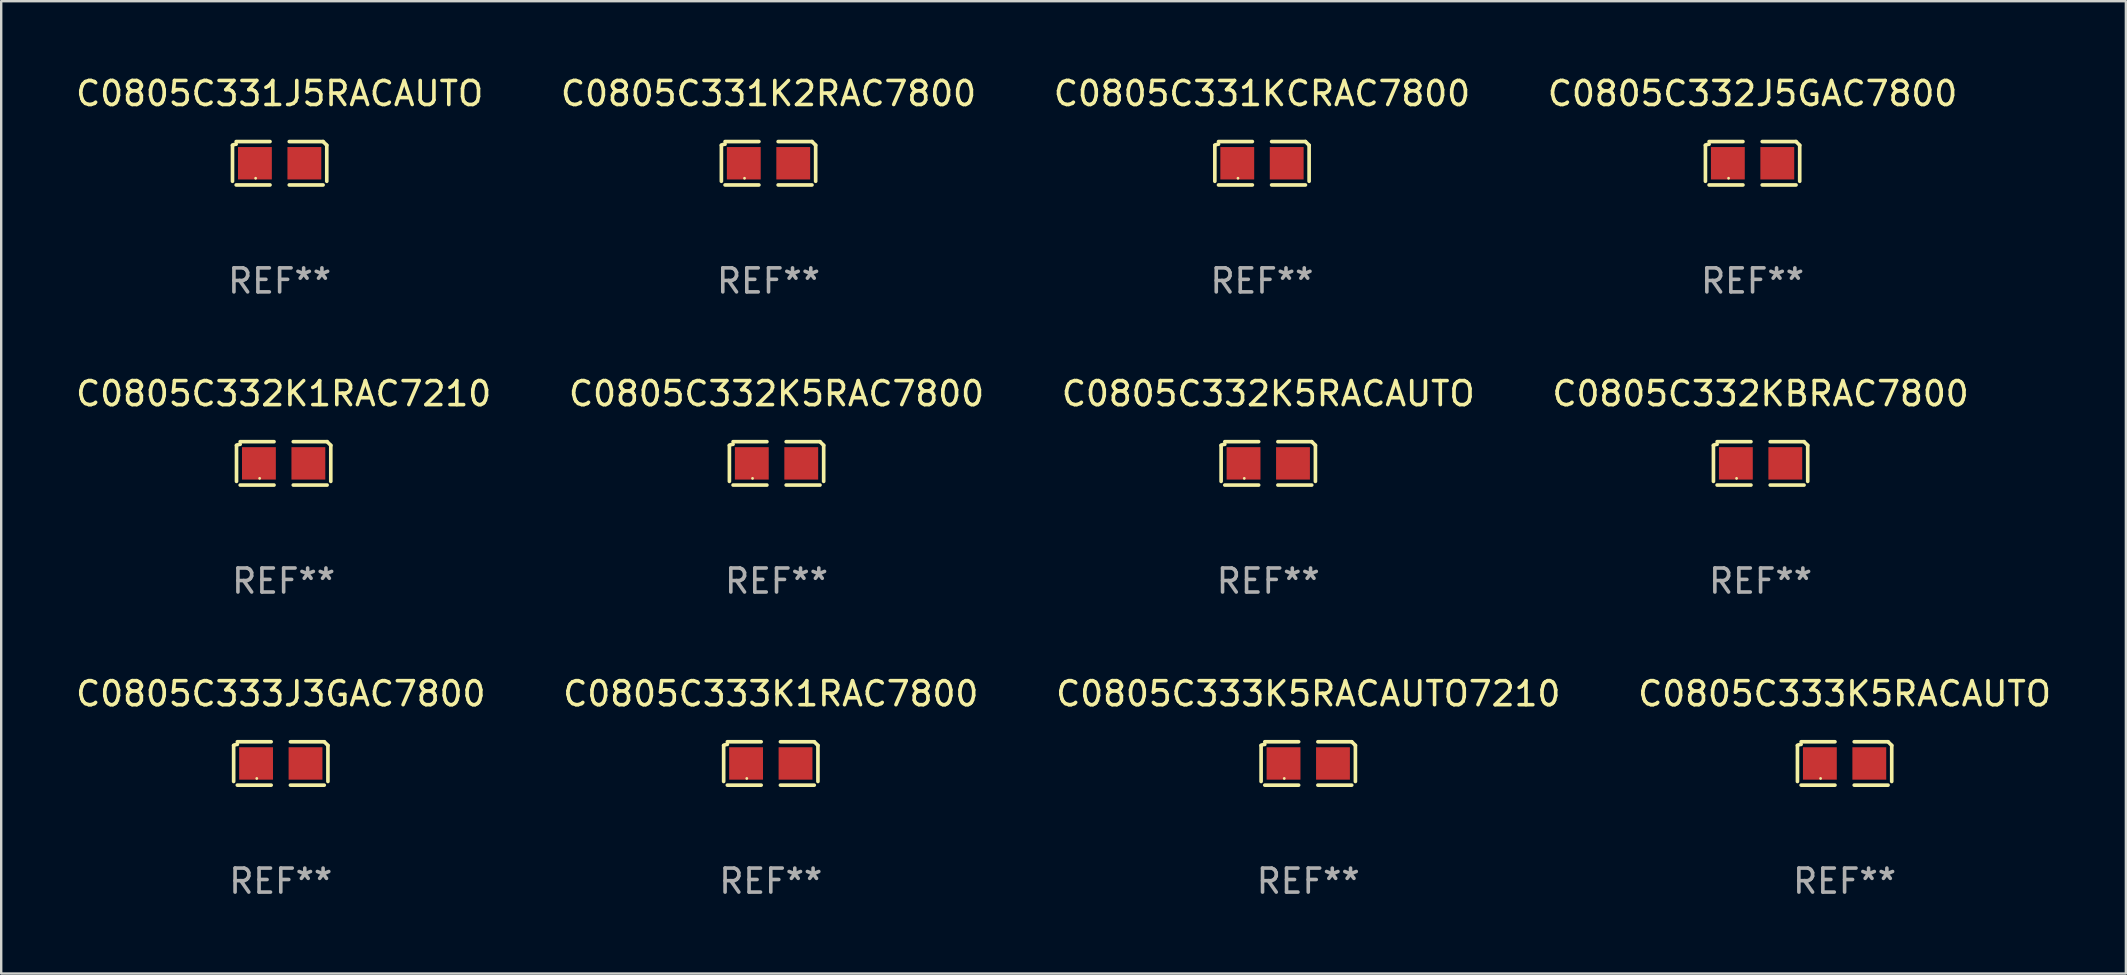
<source format=kicad_pcb>
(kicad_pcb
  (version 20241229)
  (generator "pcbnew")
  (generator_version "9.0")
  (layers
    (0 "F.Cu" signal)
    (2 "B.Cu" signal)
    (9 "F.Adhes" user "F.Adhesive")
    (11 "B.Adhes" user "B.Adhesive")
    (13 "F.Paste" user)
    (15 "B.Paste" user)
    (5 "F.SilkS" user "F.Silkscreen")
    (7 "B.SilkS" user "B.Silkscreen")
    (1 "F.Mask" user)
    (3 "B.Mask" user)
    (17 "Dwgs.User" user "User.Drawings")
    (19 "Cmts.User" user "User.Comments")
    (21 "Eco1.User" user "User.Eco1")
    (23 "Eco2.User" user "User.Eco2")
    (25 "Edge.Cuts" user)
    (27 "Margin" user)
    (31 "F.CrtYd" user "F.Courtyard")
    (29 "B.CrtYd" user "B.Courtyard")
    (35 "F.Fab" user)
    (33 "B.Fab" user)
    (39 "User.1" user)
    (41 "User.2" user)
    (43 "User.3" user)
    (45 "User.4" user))
  (footprint "C0805C331J5RACAUTO"
    (layer "F.Cu")
    (at 8.601 3.752)
    (property "Reference" "C0805C331J5RACAUTO" (at 0 -2.904 0) (layer "F.SilkS") (effects (font (size 1 1) (thickness 0.15))))
    (attr through_hole)
    (fp_line (start -1.964 0.751) (end -1.964 -0.751) (stroke (width 0.152) (type solid)) (layer "F.SilkS"))
    (fp_line (start -1.811 -0.904) (end -0.401 -0.904) (stroke (width 0.152) (type solid)) (layer "F.SilkS"))
    (fp_line (start -0.401 0.904) (end -1.811 0.904) (stroke (width 0.152) (type solid)) (layer "F.SilkS"))
    (fp_line (start 0.401 0.904) (end 1.811 0.904) (stroke (width 0.152) (type solid)) (layer "F.SilkS"))
    (fp_line (start 1.811 -0.904) (end 0.401 -0.904) (stroke (width 0.152) (type solid)) (layer "F.SilkS"))
    (fp_line (start 1.964 0.751) (end 1.964 -0.751) (stroke (width 0.152) (type solid)) (layer "F.SilkS"))
    (fp_arc (start -1.963602 -0.751207) (mid -1.890354 -0.783131) (end -1.811201 -0.794044) (stroke (width 0.1524) (type solid)) (layer "F.SilkS"))
    (fp_arc (start 1.811202 -0.903607) (mid 1.887413 -0.827418) (end 1.963602 -0.751207) (stroke (width 0.1524) (type solid)) (layer "F.SilkS"))
    (fp_circle (center -1 0.625) (end -0.97 0.625) (stroke (width 0.06) (type solid)) (fill no) (layer "F.SilkS"))
    (fp_text user "REF**" (at 0 4.904 0) (layer "F.Fab") (effects (font (size 1 1) (thickness 0.15))))
    (pad "1" smd rect (at -1.03 0) (size 1.41 1.35) (layers "F.Cu" "F.Mask" "F.Paste"))
    (pad "2" smd rect (at 1.03 0) (size 1.41 1.35) (layers "F.Cu" "F.Mask" "F.Paste")))
  (footprint "C0805C331KCRAC7800"
    (layer "F.Cu")
    (at 49.53 3.752)
    (property "Reference" "C0805C331KCRAC7800" (at 0 -2.904 0) (layer "F.SilkS") (effects (font (size 1 1) (thickness 0.15))))
    (attr through_hole)
    (fp_line (start -1.964 0.751) (end -1.964 -0.751) (stroke (width 0.152) (type solid)) (layer "F.SilkS"))
    (fp_line (start -1.811 -0.904) (end -0.401 -0.904) (stroke (width 0.152) (type solid)) (layer "F.SilkS"))
    (fp_line (start -0.401 0.904) (end -1.811 0.904) (stroke (width 0.152) (type solid)) (layer "F.SilkS"))
    (fp_line (start 0.401 0.904) (end 1.811 0.904) (stroke (width 0.152) (type solid)) (layer "F.SilkS"))
    (fp_line (start 1.811 -0.904) (end 0.401 -0.904) (stroke (width 0.152) (type solid)) (layer "F.SilkS"))
    (fp_line (start 1.964 0.751) (end 1.964 -0.751) (stroke (width 0.152) (type solid)) (layer "F.SilkS"))
    (fp_arc (start -1.963602 -0.751207) (mid -1.890354 -0.783131) (end -1.811201 -0.794044) (stroke (width 0.1524) (type solid)) (layer "F.SilkS"))
    (fp_arc (start 1.811202 -0.903607) (mid 1.887413 -0.827418) (end 1.963602 -0.751207) (stroke (width 0.1524) (type solid)) (layer "F.SilkS"))
    (fp_circle (center -1 0.625) (end -0.97 0.625) (stroke (width 0.06) (type solid)) (fill no) (layer "F.SilkS"))
    (fp_text user "REF**" (at 0 4.904 0) (layer "F.Fab") (effects (font (size 1 1) (thickness 0.15))))
    (pad "1" smd rect (at -1.03 0) (size 1.41 1.35) (layers "F.Cu" "F.Mask" "F.Paste"))
    (pad "2" smd rect (at 1.03 0) (size 1.41 1.35) (layers "F.Cu" "F.Mask" "F.Paste")))
  (footprint "C0805C333K5RACAUTO7210"
    (layer "F.Cu")
    (at 51.458 28.759)
    (property "Reference" "C0805C333K5RACAUTO7210" (at 0 -2.904 0) (layer "F.SilkS") (effects (font (size 1 1) (thickness 0.15))))
    (attr through_hole)
    (fp_line (start -1.964 0.751) (end -1.964 -0.751) (stroke (width 0.152) (type solid)) (layer "F.SilkS"))
    (fp_line (start -1.811 -0.904) (end -0.401 -0.904) (stroke (width 0.152) (type solid)) (layer "F.SilkS"))
    (fp_line (start -0.401 0.904) (end -1.811 0.904) (stroke (width 0.152) (type solid)) (layer "F.SilkS"))
    (fp_line (start 0.401 0.904) (end 1.811 0.904) (stroke (width 0.152) (type solid)) (layer "F.SilkS"))
    (fp_line (start 1.811 -0.904) (end 0.401 -0.904) (stroke (width 0.152) (type solid)) (layer "F.SilkS"))
    (fp_line (start 1.964 0.751) (end 1.964 -0.751) (stroke (width 0.152) (type solid)) (layer "F.SilkS"))
    (fp_arc (start -1.963602 -0.751207) (mid -1.890354 -0.783131) (end -1.811201 -0.794044) (stroke (width 0.1524) (type solid)) (layer "F.SilkS"))
    (fp_arc (start 1.811202 -0.903607) (mid 1.887413 -0.827418) (end 1.963602 -0.751207) (stroke (width 0.1524) (type solid)) (layer "F.SilkS"))
    (fp_circle (center -1 0.625) (end -0.97 0.625) (stroke (width 0.06) (type solid)) (fill no) (layer "F.SilkS"))
    (fp_text user "REF**" (at 0 4.904 0) (layer "F.Fab") (effects (font (size 1 1) (thickness 0.15))))
    (pad "1" smd rect (at -1.03 0) (size 1.41 1.35) (layers "F.Cu" "F.Mask" "F.Paste"))
    (pad "2" smd rect (at 1.03 0) (size 1.41 1.35) (layers "F.Cu" "F.Mask" "F.Paste")))
  (footprint "C0805C333K1RAC7800"
    (layer "F.Cu")
    (at 29.065 28.759)
    (property "Reference" "C0805C333K1RAC7800" (at 0 -2.904 0) (layer "F.SilkS") (effects (font (size 1 1) (thickness 0.15))))
    (attr through_hole)
    (fp_line (start -1.964 0.751) (end -1.964 -0.751) (stroke (width 0.152) (type solid)) (layer "F.SilkS"))
    (fp_line (start -1.811 -0.904) (end -0.401 -0.904) (stroke (width 0.152) (type solid)) (layer "F.SilkS"))
    (fp_line (start -0.401 0.904) (end -1.811 0.904) (stroke (width 0.152) (type solid)) (layer "F.SilkS"))
    (fp_line (start 0.401 0.904) (end 1.811 0.904) (stroke (width 0.152) (type solid)) (layer "F.SilkS"))
    (fp_line (start 1.811 -0.904) (end 0.401 -0.904) (stroke (width 0.152) (type solid)) (layer "F.SilkS"))
    (fp_line (start 1.964 0.751) (end 1.964 -0.751) (stroke (width 0.152) (type solid)) (layer "F.SilkS"))
    (fp_arc (start -1.963602 -0.751207) (mid -1.890354 -0.783131) (end -1.811201 -0.794044) (stroke (width 0.1524) (type solid)) (layer "F.SilkS"))
    (fp_arc (start 1.811202 -0.903607) (mid 1.887413 -0.827418) (end 1.963602 -0.751207) (stroke (width 0.1524) (type solid)) (layer "F.SilkS"))
    (fp_circle (center -1 0.625) (end -0.97 0.625) (stroke (width 0.06) (type solid)) (fill no) (layer "F.SilkS"))
    (fp_text user "REF**" (at 0 4.904 0) (layer "F.Fab") (effects (font (size 1 1) (thickness 0.15))))
    (pad "1" smd rect (at -1.03 0) (size 1.41 1.35) (layers "F.Cu" "F.Mask" "F.Paste"))
    (pad "2" smd rect (at 1.03 0) (size 1.41 1.35) (layers "F.Cu" "F.Mask" "F.Paste")))
  (footprint "C0805C333J3GAC7800"
    (layer "F.Cu")
    (at 8.649 28.759)
    (property "Reference" "C0805C333J3GAC7800" (at 0 -2.904 0) (layer "F.SilkS") (effects (font (size 1 1) (thickness 0.15))))
    (attr through_hole)
    (fp_line (start -1.964 0.751) (end -1.964 -0.751) (stroke (width 0.152) (type solid)) (layer "F.SilkS"))
    (fp_line (start -1.811 -0.904) (end -0.401 -0.904) (stroke (width 0.152) (type solid)) (layer "F.SilkS"))
    (fp_line (start -0.401 0.904) (end -1.811 0.904) (stroke (width 0.152) (type solid)) (layer "F.SilkS"))
    (fp_line (start 0.401 0.904) (end 1.811 0.904) (stroke (width 0.152) (type solid)) (layer "F.SilkS"))
    (fp_line (start 1.811 -0.904) (end 0.401 -0.904) (stroke (width 0.152) (type solid)) (layer "F.SilkS"))
    (fp_line (start 1.964 0.751) (end 1.964 -0.751) (stroke (width 0.152) (type solid)) (layer "F.SilkS"))
    (fp_arc (start -1.963602 -0.751207) (mid -1.890354 -0.783131) (end -1.811201 -0.794044) (stroke (width 0.1524) (type solid)) (layer "F.SilkS"))
    (fp_arc (start 1.811202 -0.903607) (mid 1.887413 -0.827418) (end 1.963602 -0.751207) (stroke (width 0.1524) (type solid)) (layer "F.SilkS"))
    (fp_circle (center -1 0.625) (end -0.97 0.625) (stroke (width 0.06) (type solid)) (fill no) (layer "F.SilkS"))
    (fp_text user "REF**" (at 0 4.904 0) (layer "F.Fab") (effects (font (size 1 1) (thickness 0.15))))
    (pad "1" smd rect (at -1.03 0) (size 1.41 1.35) (layers "F.Cu" "F.Mask" "F.Paste"))
    (pad "2" smd rect (at 1.03 0) (size 1.41 1.35) (layers "F.Cu" "F.Mask" "F.Paste")))
  (footprint "C0805C332KBRAC7800"
    (layer "F.Cu")
    (at 70.304 16.256)
    (property "Reference" "C0805C332KBRAC7800" (at 0 -2.904 0) (layer "F.SilkS") (effects (font (size 1 1) (thickness 0.15))))
    (attr through_hole)
    (fp_line (start -1.964 0.751) (end -1.964 -0.751) (stroke (width 0.152) (type solid)) (layer "F.SilkS"))
    (fp_line (start -1.811 -0.904) (end -0.401 -0.904) (stroke (width 0.152) (type solid)) (layer "F.SilkS"))
    (fp_line (start -0.401 0.904) (end -1.811 0.904) (stroke (width 0.152) (type solid)) (layer "F.SilkS"))
    (fp_line (start 0.401 0.904) (end 1.811 0.904) (stroke (width 0.152) (type solid)) (layer "F.SilkS"))
    (fp_line (start 1.811 -0.904) (end 0.401 -0.904) (stroke (width 0.152) (type solid)) (layer "F.SilkS"))
    (fp_line (start 1.964 0.751) (end 1.964 -0.751) (stroke (width 0.152) (type solid)) (layer "F.SilkS"))
    (fp_arc (start -1.963602 -0.751207) (mid -1.890354 -0.783131) (end -1.811201 -0.794044) (stroke (width 0.1524) (type solid)) (layer "F.SilkS"))
    (fp_arc (start 1.811202 -0.903607) (mid 1.887413 -0.827418) (end 1.963602 -0.751207) (stroke (width 0.1524) (type solid)) (layer "F.SilkS"))
    (fp_circle (center -1 0.625) (end -0.97 0.625) (stroke (width 0.06) (type solid)) (fill no) (layer "F.SilkS"))
    (fp_text user "REF**" (at 0 4.904 0) (layer "F.Fab") (effects (font (size 1 1) (thickness 0.15))))
    (pad "1" smd rect (at -1.03 0) (size 1.41 1.35) (layers "F.Cu" "F.Mask" "F.Paste"))
    (pad "2" smd rect (at 1.03 0) (size 1.41 1.35) (layers "F.Cu" "F.Mask" "F.Paste")))
  (footprint "C0805C331K2RAC7800"
    (layer "F.Cu")
    (at 28.97 3.752)
    (property "Reference" "C0805C331K2RAC7800" (at 0 -2.904 0) (layer "F.SilkS") (effects (font (size 1 1) (thickness 0.15))))
    (attr through_hole)
    (fp_line (start -1.964 0.751) (end -1.964 -0.751) (stroke (width 0.152) (type solid)) (layer "F.SilkS"))
    (fp_line (start -1.811 -0.904) (end -0.401 -0.904) (stroke (width 0.152) (type solid)) (layer "F.SilkS"))
    (fp_line (start -0.401 0.904) (end -1.811 0.904) (stroke (width 0.152) (type solid)) (layer "F.SilkS"))
    (fp_line (start 0.401 0.904) (end 1.811 0.904) (stroke (width 0.152) (type solid)) (layer "F.SilkS"))
    (fp_line (start 1.811 -0.904) (end 0.401 -0.904) (stroke (width 0.152) (type solid)) (layer "F.SilkS"))
    (fp_line (start 1.964 0.751) (end 1.964 -0.751) (stroke (width 0.152) (type solid)) (layer "F.SilkS"))
    (fp_arc (start -1.963602 -0.751207) (mid -1.890354 -0.783131) (end -1.811201 -0.794044) (stroke (width 0.1524) (type solid)) (layer "F.SilkS"))
    (fp_arc (start 1.811202 -0.903607) (mid 1.887413 -0.827418) (end 1.963602 -0.751207) (stroke (width 0.1524) (type solid)) (layer "F.SilkS"))
    (fp_circle (center -1 0.625) (end -0.97 0.625) (stroke (width 0.06) (type solid)) (fill no) (layer "F.SilkS"))
    (fp_text user "REF**" (at 0 4.904 0) (layer "F.Fab") (effects (font (size 1 1) (thickness 0.15))))
    (pad "1" smd rect (at -1.03 0) (size 1.41 1.35) (layers "F.Cu" "F.Mask" "F.Paste"))
    (pad "2" smd rect (at 1.03 0) (size 1.41 1.35) (layers "F.Cu" "F.Mask" "F.Paste")))
  (footprint "C0805C332J5GAC7800"
    (layer "F.Cu")
    (at 69.97 3.752)
    (property "Reference" "C0805C332J5GAC7800" (at 0 -2.904 0) (layer "F.SilkS") (effects (font (size 1 1) (thickness 0.15))))
    (attr through_hole)
    (fp_line (start -1.964 0.751) (end -1.964 -0.751) (stroke (width 0.152) (type solid)) (layer "F.SilkS"))
    (fp_line (start -1.811 -0.904) (end -0.401 -0.904) (stroke (width 0.152) (type solid)) (layer "F.SilkS"))
    (fp_line (start -0.401 0.904) (end -1.811 0.904) (stroke (width 0.152) (type solid)) (layer "F.SilkS"))
    (fp_line (start 0.401 0.904) (end 1.811 0.904) (stroke (width 0.152) (type solid)) (layer "F.SilkS"))
    (fp_line (start 1.811 -0.904) (end 0.401 -0.904) (stroke (width 0.152) (type solid)) (layer "F.SilkS"))
    (fp_line (start 1.964 0.751) (end 1.964 -0.751) (stroke (width 0.152) (type solid)) (layer "F.SilkS"))
    (fp_arc (start -1.963602 -0.751207) (mid -1.890354 -0.783131) (end -1.811201 -0.794044) (stroke (width 0.1524) (type solid)) (layer "F.SilkS"))
    (fp_arc (start 1.811202 -0.903607) (mid 1.887413 -0.827418) (end 1.963602 -0.751207) (stroke (width 0.1524) (type solid)) (layer "F.SilkS"))
    (fp_circle (center -1 0.625) (end -0.97 0.625) (stroke (width 0.06) (type solid)) (fill no) (layer "F.SilkS"))
    (fp_text user "REF**" (at 0 4.904 0) (layer "F.Fab") (effects (font (size 1 1) (thickness 0.15))))
    (pad "1" smd rect (at -1.03 0) (size 1.41 1.35) (layers "F.Cu" "F.Mask" "F.Paste"))
    (pad "2" smd rect (at 1.03 0) (size 1.41 1.35) (layers "F.Cu" "F.Mask" "F.Paste")))
  (footprint "C0805C332K1RAC7210"
    (layer "F.Cu")
    (at 8.768 16.256)
    (property "Reference" "C0805C332K1RAC7210" (at 0 -2.904 0) (layer "F.SilkS") (effects (font (size 1 1) (thickness 0.15))))
    (attr through_hole)
    (fp_line (start -1.964 0.751) (end -1.964 -0.751) (stroke (width 0.152) (type solid)) (layer "F.SilkS"))
    (fp_line (start -1.811 -0.904) (end -0.401 -0.904) (stroke (width 0.152) (type solid)) (layer "F.SilkS"))
    (fp_line (start -0.401 0.904) (end -1.811 0.904) (stroke (width 0.152) (type solid)) (layer "F.SilkS"))
    (fp_line (start 0.401 0.904) (end 1.811 0.904) (stroke (width 0.152) (type solid)) (layer "F.SilkS"))
    (fp_line (start 1.811 -0.904) (end 0.401 -0.904) (stroke (width 0.152) (type solid)) (layer "F.SilkS"))
    (fp_line (start 1.964 0.751) (end 1.964 -0.751) (stroke (width 0.152) (type solid)) (layer "F.SilkS"))
    (fp_arc (start -1.963602 -0.751207) (mid -1.890354 -0.783131) (end -1.811201 -0.794044) (stroke (width 0.1524) (type solid)) (layer "F.SilkS"))
    (fp_arc (start 1.811202 -0.903607) (mid 1.887413 -0.827418) (end 1.963602 -0.751207) (stroke (width 0.1524) (type solid)) (layer "F.SilkS"))
    (fp_circle (center -1 0.625) (end -0.97 0.625) (stroke (width 0.06) (type solid)) (fill no) (layer "F.SilkS"))
    (fp_text user "REF**" (at 0 4.904 0) (layer "F.Fab") (effects (font (size 1 1) (thickness 0.15))))
    (pad "1" smd rect (at -1.03 0) (size 1.41 1.35) (layers "F.Cu" "F.Mask" "F.Paste"))
    (pad "2" smd rect (at 1.03 0) (size 1.41 1.35) (layers "F.Cu" "F.Mask" "F.Paste")))
  (footprint "C0805C332K5RAC7800"
    (layer "F.Cu")
    (at 29.304 16.256)
    (property "Reference" "C0805C332K5RAC7800" (at 0 -2.904 0) (layer "F.SilkS") (effects (font (size 1 1) (thickness 0.15))))
    (attr through_hole)
    (fp_line (start -1.964 0.751) (end -1.964 -0.751) (stroke (width 0.152) (type solid)) (layer "F.SilkS"))
    (fp_line (start -1.811 -0.904) (end -0.401 -0.904) (stroke (width 0.152) (type solid)) (layer "F.SilkS"))
    (fp_line (start -0.401 0.904) (end -1.811 0.904) (stroke (width 0.152) (type solid)) (layer "F.SilkS"))
    (fp_line (start 0.401 0.904) (end 1.811 0.904) (stroke (width 0.152) (type solid)) (layer "F.SilkS"))
    (fp_line (start 1.811 -0.904) (end 0.401 -0.904) (stroke (width 0.152) (type solid)) (layer "F.SilkS"))
    (fp_line (start 1.964 0.751) (end 1.964 -0.751) (stroke (width 0.152) (type solid)) (layer "F.SilkS"))
    (fp_arc (start -1.963602 -0.751207) (mid -1.890354 -0.783131) (end -1.811201 -0.794044) (stroke (width 0.1524) (type solid)) (layer "F.SilkS"))
    (fp_arc (start 1.811202 -0.903607) (mid 1.887413 -0.827418) (end 1.963602 -0.751207) (stroke (width 0.1524) (type solid)) (layer "F.SilkS"))
    (fp_circle (center -1 0.625) (end -0.97 0.625) (stroke (width 0.06) (type solid)) (fill no) (layer "F.SilkS"))
    (fp_text user "REF**" (at 0 4.904 0) (layer "F.Fab") (effects (font (size 1 1) (thickness 0.15))))
    (pad "1" smd rect (at -1.03 0) (size 1.41 1.35) (layers "F.Cu" "F.Mask" "F.Paste"))
    (pad "2" smd rect (at 1.03 0) (size 1.41 1.35) (layers "F.Cu" "F.Mask" "F.Paste")))
  (footprint "C0805C333K5RACAUTO"
    (layer "F.Cu")
    (at 73.804 28.759)
    (property "Reference" "C0805C333K5RACAUTO" (at 0 -2.904 0) (layer "F.SilkS") (effects (font (size 1 1) (thickness 0.15))))
    (attr through_hole)
    (fp_line (start -1.964 0.751) (end -1.964 -0.751) (stroke (width 0.152) (type solid)) (layer "F.SilkS"))
    (fp_line (start -1.811 -0.904) (end -0.401 -0.904) (stroke (width 0.152) (type solid)) (layer "F.SilkS"))
    (fp_line (start -0.401 0.904) (end -1.811 0.904) (stroke (width 0.152) (type solid)) (layer "F.SilkS"))
    (fp_line (start 0.401 0.904) (end 1.811 0.904) (stroke (width 0.152) (type solid)) (layer "F.SilkS"))
    (fp_line (start 1.811 -0.904) (end 0.401 -0.904) (stroke (width 0.152) (type solid)) (layer "F.SilkS"))
    (fp_line (start 1.964 0.751) (end 1.964 -0.751) (stroke (width 0.152) (type solid)) (layer "F.SilkS"))
    (fp_arc (start -1.963602 -0.751207) (mid -1.890354 -0.783131) (end -1.811201 -0.794044) (stroke (width 0.1524) (type solid)) (layer "F.SilkS"))
    (fp_arc (start 1.811202 -0.903607) (mid 1.887413 -0.827418) (end 1.963602 -0.751207) (stroke (width 0.1524) (type solid)) (layer "F.SilkS"))
    (fp_circle (center -1 0.625) (end -0.97 0.625) (stroke (width 0.06) (type solid)) (fill no) (layer "F.SilkS"))
    (fp_text user "REF**" (at 0 4.904 0) (layer "F.Fab") (effects (font (size 1 1) (thickness 0.15))))
    (pad "1" smd rect (at -1.03 0) (size 1.41 1.35) (layers "F.Cu" "F.Mask" "F.Paste"))
    (pad "2" smd rect (at 1.03 0) (size 1.41 1.35) (layers "F.Cu" "F.Mask" "F.Paste")))
  (footprint "C0805C332K5RACAUTO"
    (layer "F.Cu")
    (at 49.792 16.256)
    (property "Reference" "C0805C332K5RACAUTO" (at 0 -2.904 0) (layer "F.SilkS") (effects (font (size 1 1) (thickness 0.15))))
    (attr through_hole)
    (fp_line (start -1.964 0.751) (end -1.964 -0.751) (stroke (width 0.152) (type solid)) (layer "F.SilkS"))
    (fp_line (start -1.811 -0.904) (end -0.401 -0.904) (stroke (width 0.152) (type solid)) (layer "F.SilkS"))
    (fp_line (start -0.401 0.904) (end -1.811 0.904) (stroke (width 0.152) (type solid)) (layer "F.SilkS"))
    (fp_line (start 0.401 0.904) (end 1.811 0.904) (stroke (width 0.152) (type solid)) (layer "F.SilkS"))
    (fp_line (start 1.811 -0.904) (end 0.401 -0.904) (stroke (width 0.152) (type solid)) (layer "F.SilkS"))
    (fp_line (start 1.964 0.751) (end 1.964 -0.751) (stroke (width 0.152) (type solid)) (layer "F.SilkS"))
    (fp_arc (start -1.963602 -0.751207) (mid -1.890354 -0.783131) (end -1.811201 -0.794044) (stroke (width 0.1524) (type solid)) (layer "F.SilkS"))
    (fp_arc (start 1.811202 -0.903607) (mid 1.887413 -0.827418) (end 1.963602 -0.751207) (stroke (width 0.1524) (type solid)) (layer "F.SilkS"))
    (fp_circle (center -1 0.625) (end -0.97 0.625) (stroke (width 0.06) (type solid)) (fill no) (layer "F.SilkS"))
    (fp_text user "REF**" (at 0 4.904 0) (layer "F.Fab") (effects (font (size 1 1) (thickness 0.15))))
    (pad "1" smd rect (at -1.03 0) (size 1.41 1.35) (layers "F.Cu" "F.Mask" "F.Paste"))
    (pad "2" smd rect (at 1.03 0) (size 1.41 1.35) (layers "F.Cu" "F.Mask" "F.Paste")))
  (gr_rect
    (start -3 -3)
    (end 85.524 37.511)
    (stroke (width 0.1) (type default))
    (fill no)
    (layer "Edge.Cuts")))
</source>
